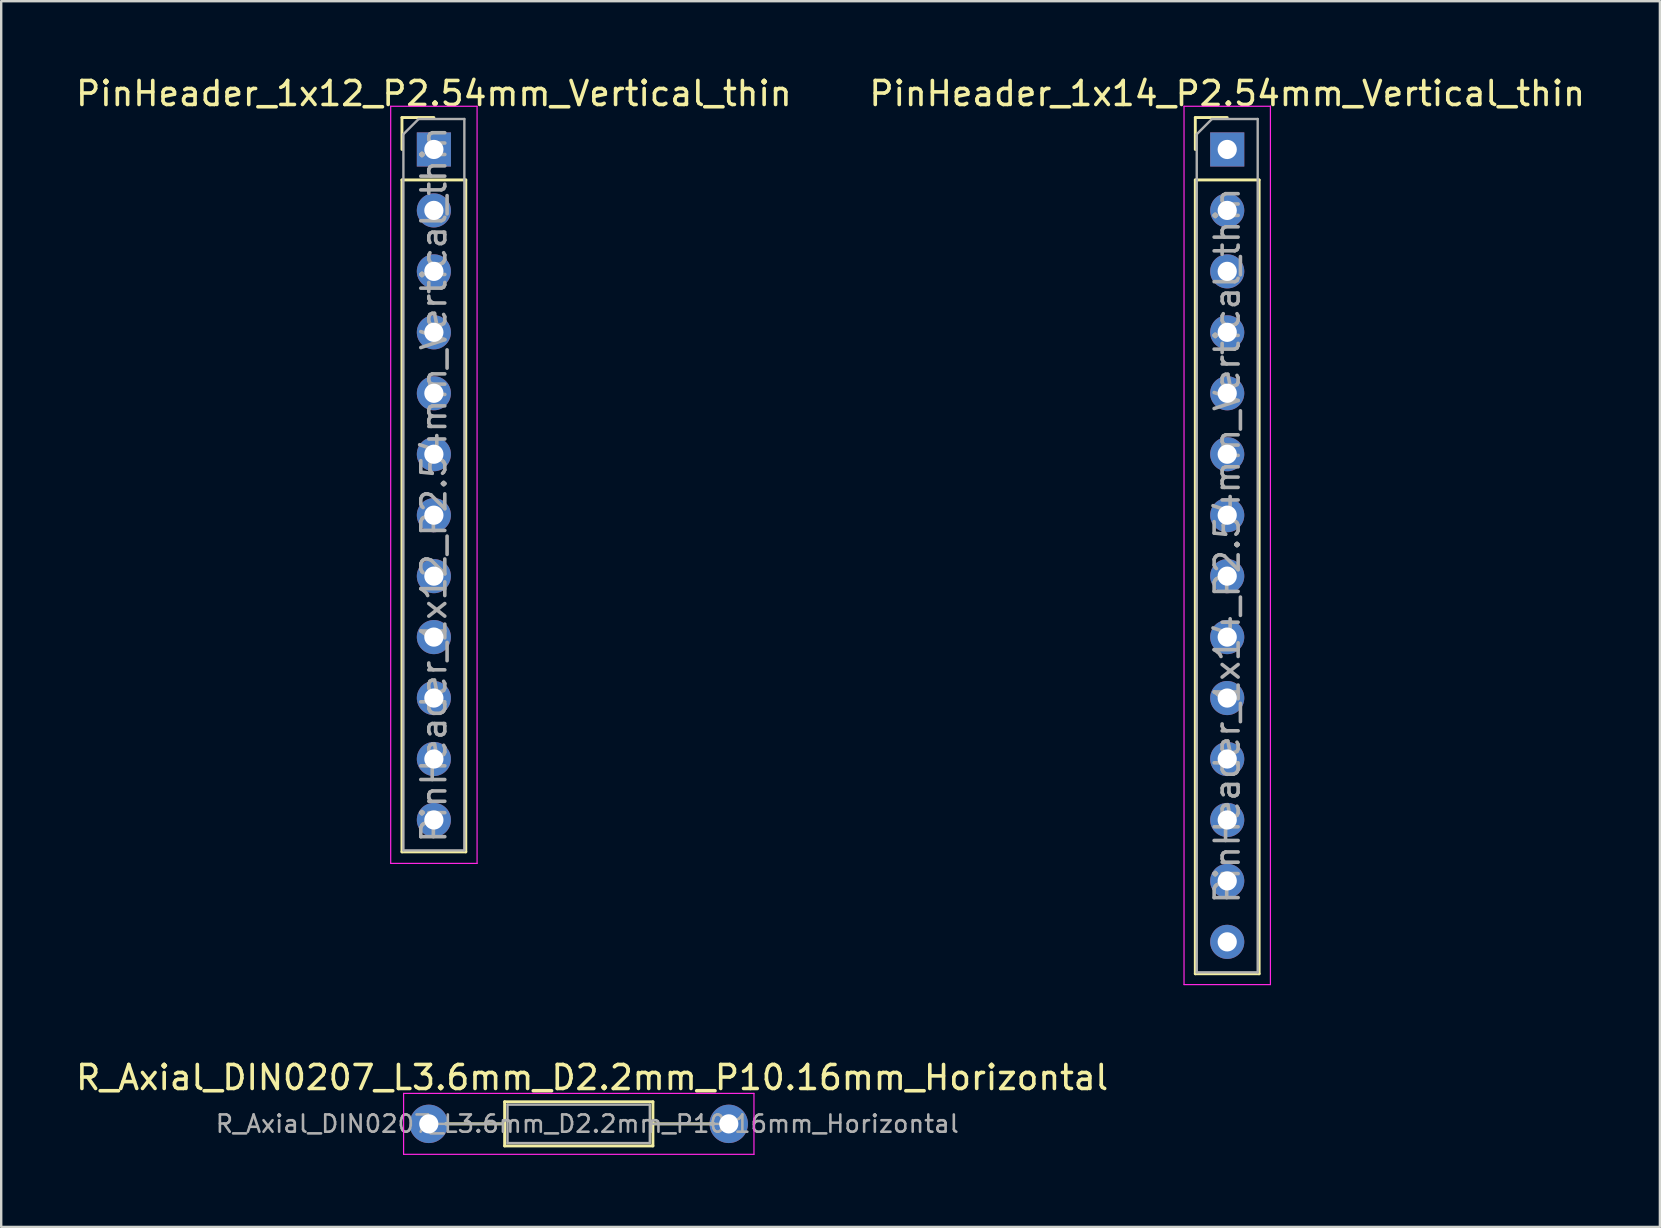
<source format=kicad_pcb>
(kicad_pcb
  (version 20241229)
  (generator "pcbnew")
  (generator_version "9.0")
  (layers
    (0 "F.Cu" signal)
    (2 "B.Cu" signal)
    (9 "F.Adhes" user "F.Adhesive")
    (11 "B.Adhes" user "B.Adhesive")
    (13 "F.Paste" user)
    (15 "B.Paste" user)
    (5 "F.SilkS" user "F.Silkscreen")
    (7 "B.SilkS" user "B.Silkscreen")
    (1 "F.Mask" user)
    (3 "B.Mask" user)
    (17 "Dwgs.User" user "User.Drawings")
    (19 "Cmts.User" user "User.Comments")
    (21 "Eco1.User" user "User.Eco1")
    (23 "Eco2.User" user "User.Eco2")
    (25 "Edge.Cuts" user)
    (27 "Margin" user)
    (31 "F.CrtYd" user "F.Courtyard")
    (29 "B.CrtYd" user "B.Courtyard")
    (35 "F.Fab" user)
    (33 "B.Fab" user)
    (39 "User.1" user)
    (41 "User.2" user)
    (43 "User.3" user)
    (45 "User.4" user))
  (footprint "PinHeader_1x14_P2.54mm_Vertical_thin"
    (layer "F.Cu")
    (at 48.089 3.178)
    (property "Reference" "PinHeader_1x14_P2.54mm_Vertical_thin" (at 0 -2.33 0) (layer "F.SilkS") (effects (font (size 1 1) (thickness 0.15))))
    (attr through_hole)
    (fp_line (start -1.33 -1.33) (end 0 -1.33) (stroke (width 0.12) (type solid)) (layer "F.SilkS"))
    (fp_line (start -1.33 0) (end -1.33 -1.33) (stroke (width 0.12) (type solid)) (layer "F.SilkS"))
    (fp_line (start -1.33 1.27) (end -1.33 34.35) (stroke (width 0.12) (type solid)) (layer "F.SilkS"))
    (fp_line (start -1.33 1.27) (end 1.33 1.27) (stroke (width 0.12) (type solid)) (layer "F.SilkS"))
    (fp_line (start -1.33 34.35) (end 1.33 34.35) (stroke (width 0.12) (type solid)) (layer "F.SilkS"))
    (fp_line (start 1.33 1.27) (end 1.33 34.35) (stroke (width 0.12) (type solid)) (layer "F.SilkS"))
    (fp_line (start -1.8 -1.8) (end -1.8 34.8) (stroke (width 0.05) (type solid)) (layer "F.CrtYd"))
    (fp_line (start -1.8 34.8) (end 1.8 34.8) (stroke (width 0.05) (type solid)) (layer "F.CrtYd"))
    (fp_line (start 1.8 -1.8) (end -1.8 -1.8) (stroke (width 0.05) (type solid)) (layer "F.CrtYd"))
    (fp_line (start 1.8 34.8) (end 1.8 -1.8) (stroke (width 0.05) (type solid)) (layer "F.CrtYd"))
    (fp_line (start -1.27 -0.635) (end -0.635 -1.27) (stroke (width 0.1) (type solid)) (layer "F.Fab"))
    (fp_line (start -1.27 34.29) (end -1.27 -0.635) (stroke (width 0.1) (type solid)) (layer "F.Fab"))
    (fp_line (start -0.635 -1.27) (end 1.27 -1.27) (stroke (width 0.1) (type solid)) (layer "F.Fab"))
    (fp_line (start 1.27 -1.27) (end 1.27 34.29) (stroke (width 0.1) (type solid)) (layer "F.Fab"))
    (fp_line (start 1.27 34.29) (end -1.27 34.29) (stroke (width 0.1) (type solid)) (layer "F.Fab"))
    (fp_text user "${REFERENCE}" (at 0 16.51 90) (layer "F.Fab") (effects (font (size 1 1) (thickness 0.15))))
    (pad "1" thru_hole rect (at 0 0) (size 1.422 1.422) (drill 0.8) (layers "*.Cu" "*.Mask"))
    (pad "2" thru_hole circle (at 0 2.54) (size 1.422 1.422) (drill 0.8) (layers "*.Cu" "*.Mask"))
    (pad "3" thru_hole circle (at 0 5.08) (size 1.422 1.422) (drill 0.8) (layers "*.Cu" "*.Mask"))
    (pad "4" thru_hole circle (at 0 7.62) (size 1.422 1.422) (drill 0.8) (layers "*.Cu" "*.Mask"))
    (pad "5" thru_hole circle (at 0 10.16) (size 1.422 1.422) (drill 0.8) (layers "*.Cu" "*.Mask"))
    (pad "6" thru_hole circle (at 0 12.7) (size 1.422 1.422) (drill 0.8) (layers "*.Cu" "*.Mask"))
    (pad "7" thru_hole circle (at 0 15.24) (size 1.422 1.422) (drill 0.8) (layers "*.Cu" "*.Mask"))
    (pad "8" thru_hole circle (at 0 17.78) (size 1.422 1.422) (drill 0.8) (layers "*.Cu" "*.Mask"))
    (pad "9" thru_hole circle (at 0 20.32) (size 1.422 1.422) (drill 0.8) (layers "*.Cu" "*.Mask"))
    (pad "10" thru_hole circle (at 0 22.86) (size 1.422 1.422) (drill 0.8) (layers "*.Cu" "*.Mask"))
    (pad "11" thru_hole circle (at 0 25.4) (size 1.422 1.422) (drill 0.8) (layers "*.Cu" "*.Mask"))
    (pad "12" thru_hole circle (at 0 27.94) (size 1.422 1.422) (drill 0.8) (layers "*.Cu" "*.Mask"))
    (pad "13" thru_hole circle (at 0 30.48) (size 1.422 1.422) (drill 0.8) (layers "*.Cu" "*.Mask"))
    (pad "14" thru_hole circle (at 0 33.02) (size 1.422 1.422) (drill 0.8) (layers "*.Cu" "*.Mask")))
  (footprint "R_Axial_DIN0207_L3.6mm_D2.2mm_P10.16mm_Horizontal"
    (layer "F.Cu")
    (at 14.818 43.782)
    (property "Reference" "R_Axial_DIN0207_L3.6mm_D2.2mm_P10.16mm_Horizontal" (at 6.807 -1.93 0) (layer "F.SilkS") (effects (font (size 1 1) (thickness 0.15))))
    (attr through_hole)
    (fp_line (start 0.7 0) (end 3.16 0) (stroke (width 0.12) (type solid)) (layer "F.SilkS"))
    (fp_line (start 3.16 -0.92) (end 3.16 0.92) (stroke (width 0.12) (type solid)) (layer "F.SilkS"))
    (fp_line (start 3.16 0.92) (end 9.34 0.92) (stroke (width 0.12) (type solid)) (layer "F.SilkS"))
    (fp_line (start 9.34 -0.92) (end 3.16 -0.92) (stroke (width 0.12) (type solid)) (layer "F.SilkS"))
    (fp_line (start 9.34 0.92) (end 9.34 -0.92) (stroke (width 0.12) (type solid)) (layer "F.SilkS"))
    (fp_line (start 11.887 0) (end 9.387 0) (stroke (width 0.12) (type solid)) (layer "F.SilkS"))
    (fp_line (start -1.05 -1.27) (end -1.05 1.27) (stroke (width 0.05) (type solid)) (layer "F.CrtYd"))
    (fp_line (start -1.05 1.27) (end 13.55 1.27) (stroke (width 0.05) (type solid)) (layer "F.CrtYd"))
    (fp_line (start 13.55 -1.27) (end -1.05 -1.27) (stroke (width 0.05) (type solid)) (layer "F.CrtYd"))
    (fp_line (start 13.55 -1.27) (end 13.55 1.27) (stroke (width 0.05) (type solid)) (layer "F.CrtYd"))
    (fp_line (start 0 0) (end 3.01 0) (stroke (width 0.1) (type solid)) (layer "F.Fab"))
    (fp_line (start 3.28 -0.8) (end 3.28 0.8) (stroke (width 0.1) (type solid)) (layer "F.Fab"))
    (fp_line (start 3.28 0.8) (end 9.21 0.8) (stroke (width 0.1) (type solid)) (layer "F.Fab"))
    (fp_line (start 9.21 -0.8) (end 3.28 -0.8) (stroke (width 0.1) (type solid)) (layer "F.Fab"))
    (fp_line (start 9.21 0.8) (end 9.21 -0.8) (stroke (width 0.1) (type solid)) (layer "F.Fab"))
    (fp_line (start 9.347 0) (end 12.657 0) (stroke (width 0.1) (type solid)) (layer "F.Fab"))
    (fp_text user "${REFERENCE}" (at 6.604 0 0) (layer "F.Fab") (effects (font (size 0.72 0.72) (thickness 0.108))))
    (pad "1" thru_hole circle (at 0 0) (size 1.6 1.6) (drill 0.8) (layers "*.Cu" "*.Mask"))
    (pad "2" thru_hole circle (at 12.5 0) (size 1.6 1.6) (drill 0.8) (layers "*.Cu" "*.Mask")))
  (footprint "PinHeader_1x12_P2.54mm_Vertical_thin"
    (layer "F.Cu")
    (at 15.03 3.178)
    (property "Reference" "PinHeader_1x12_P2.54mm_Vertical_thin" (at 0 -2.33 0) (layer "F.SilkS") (effects (font (size 1 1) (thickness 0.15))))
    (attr through_hole)
    (fp_line (start -1.33 -1.33) (end 0 -1.33) (stroke (width 0.12) (type solid)) (layer "F.SilkS"))
    (fp_line (start -1.33 0) (end -1.33 -1.33) (stroke (width 0.12) (type solid)) (layer "F.SilkS"))
    (fp_line (start -1.33 1.27) (end -1.33 29.27) (stroke (width 0.12) (type solid)) (layer "F.SilkS"))
    (fp_line (start -1.33 1.27) (end 1.33 1.27) (stroke (width 0.12) (type solid)) (layer "F.SilkS"))
    (fp_line (start -1.33 29.27) (end 1.33 29.27) (stroke (width 0.12) (type solid)) (layer "F.SilkS"))
    (fp_line (start 1.33 1.27) (end 1.33 29.27) (stroke (width 0.12) (type solid)) (layer "F.SilkS"))
    (fp_line (start -1.8 -1.8) (end -1.8 29.75) (stroke (width 0.05) (type solid)) (layer "F.CrtYd"))
    (fp_line (start -1.8 29.75) (end 1.8 29.75) (stroke (width 0.05) (type solid)) (layer "F.CrtYd"))
    (fp_line (start 1.8 -1.8) (end -1.8 -1.8) (stroke (width 0.05) (type solid)) (layer "F.CrtYd"))
    (fp_line (start 1.8 29.75) (end 1.8 -1.8) (stroke (width 0.05) (type solid)) (layer "F.CrtYd"))
    (fp_line (start -1.27 -0.635) (end -0.635 -1.27) (stroke (width 0.1) (type solid)) (layer "F.Fab"))
    (fp_line (start -1.27 29.21) (end -1.27 -0.635) (stroke (width 0.1) (type solid)) (layer "F.Fab"))
    (fp_line (start -0.635 -1.27) (end 1.27 -1.27) (stroke (width 0.1) (type solid)) (layer "F.Fab"))
    (fp_line (start 1.27 -1.27) (end 1.27 29.21) (stroke (width 0.1) (type solid)) (layer "F.Fab"))
    (fp_line (start 1.27 29.21) (end -1.27 29.21) (stroke (width 0.1) (type solid)) (layer "F.Fab"))
    (fp_text user "${REFERENCE}" (at 0 13.97 90) (layer "F.Fab") (effects (font (size 1 1) (thickness 0.15))))
    (pad "1" thru_hole rect (at 0 0) (size 1.422 1.422) (drill 0.8) (layers "*.Cu" "*.Mask"))
    (pad "2" thru_hole circle (at 0 2.54) (size 1.422 1.422) (drill 0.8) (layers "*.Cu" "*.Mask"))
    (pad "3" thru_hole circle (at 0 5.08) (size 1.422 1.422) (drill 0.8) (layers "*.Cu" "*.Mask"))
    (pad "4" thru_hole circle (at 0 7.62) (size 1.422 1.422) (drill 0.8) (layers "*.Cu" "*.Mask"))
    (pad "5" thru_hole circle (at 0 10.16) (size 1.422 1.422) (drill 0.8) (layers "*.Cu" "*.Mask"))
    (pad "6" thru_hole circle (at 0 12.7) (size 1.422 1.422) (drill 0.8) (layers "*.Cu" "*.Mask"))
    (pad "7" thru_hole circle (at 0 15.24) (size 1.422 1.422) (drill 0.8) (layers "*.Cu" "*.Mask"))
    (pad "8" thru_hole circle (at 0 17.78) (size 1.422 1.422) (drill 0.8) (layers "*.Cu" "*.Mask"))
    (pad "9" thru_hole circle (at 0 20.32) (size 1.422 1.422) (drill 0.8) (layers "*.Cu" "*.Mask"))
    (pad "10" thru_hole circle (at 0 22.86) (size 1.422 1.422) (drill 0.8) (layers "*.Cu" "*.Mask"))
    (pad "11" thru_hole circle (at 0 25.4) (size 1.422 1.422) (drill 0.8) (layers "*.Cu" "*.Mask"))
    (pad "12" thru_hole circle (at 0 27.94) (size 1.422 1.422) (drill 0.8) (layers "*.Cu" "*.Mask")))
  (gr_rect
    (start -3 -3)
    (end 66.119 48.077)
    (stroke (width 0.1) (type default))
    (fill no)
    (layer "Edge.Cuts")))
</source>
